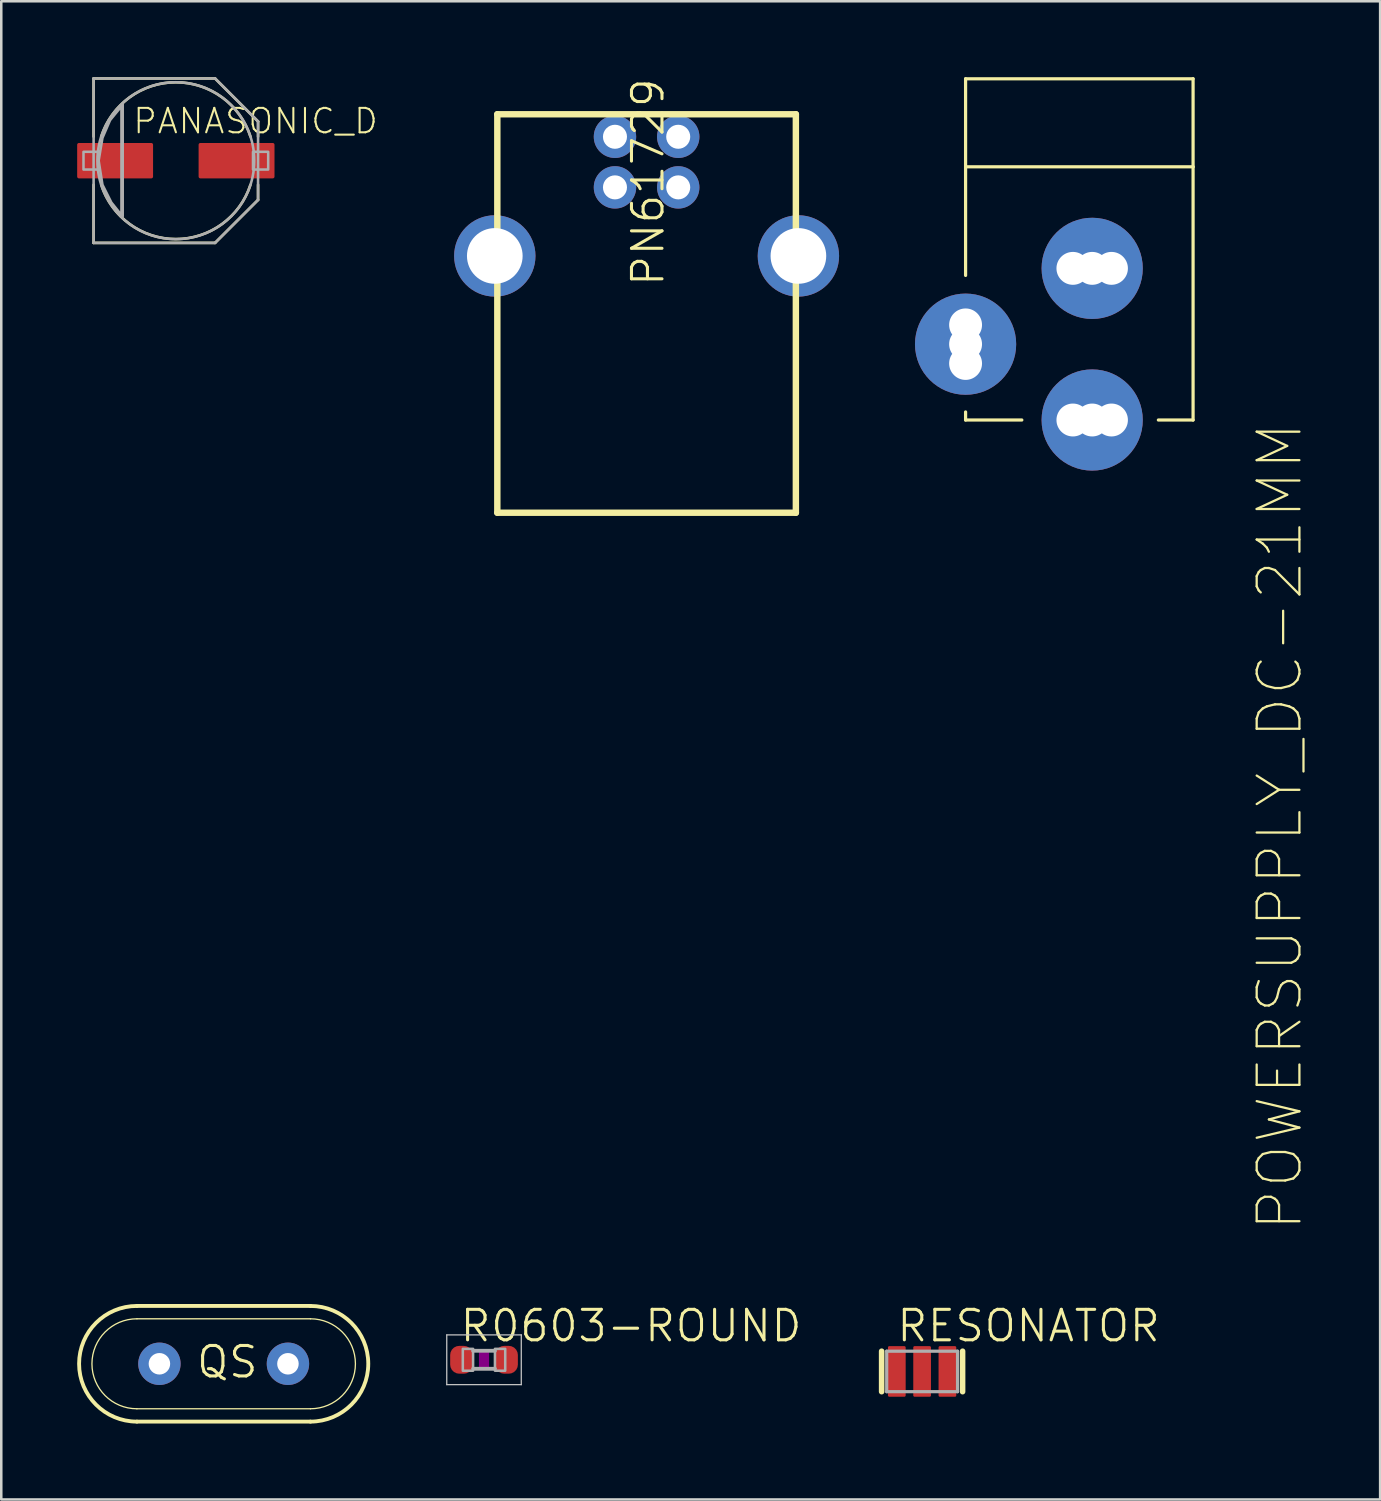
<source format=kicad_pcb>
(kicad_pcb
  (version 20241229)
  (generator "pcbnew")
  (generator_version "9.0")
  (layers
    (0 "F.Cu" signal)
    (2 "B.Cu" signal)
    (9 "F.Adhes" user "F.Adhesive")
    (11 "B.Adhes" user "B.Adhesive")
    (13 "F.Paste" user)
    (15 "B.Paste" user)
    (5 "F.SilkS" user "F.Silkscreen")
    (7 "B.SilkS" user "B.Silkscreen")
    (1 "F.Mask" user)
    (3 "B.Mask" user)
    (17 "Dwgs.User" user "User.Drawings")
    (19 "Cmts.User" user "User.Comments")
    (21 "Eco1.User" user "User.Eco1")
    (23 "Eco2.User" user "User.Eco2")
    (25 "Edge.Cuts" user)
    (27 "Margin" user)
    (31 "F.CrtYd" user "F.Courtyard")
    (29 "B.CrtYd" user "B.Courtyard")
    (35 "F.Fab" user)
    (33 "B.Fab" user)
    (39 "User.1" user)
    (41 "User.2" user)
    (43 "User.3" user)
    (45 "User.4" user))
  (footprint "POWERSUPPLY_DC-21MM"
    (layer "F.Cu")
    (at 40.195 7.201)
    (property "Reference" "POWERSUPPLY_DC-21MM" (at 6.35 6.35 90) (layer "F.SilkS") (effects (font (size 1.689 1.689) (thickness 0.089)) (justify right top)))
    (attr through_hole)
    (fp_line (start -5.08 -7.137) (end -5.08 0.635) (stroke (width 0.127) (type solid)) (layer "F.SilkS"))
    (fp_line (start -5.08 6.35) (end -5.08 6.032) (stroke (width 0.127) (type solid)) (layer "F.SilkS"))
    (fp_line (start -5.055 -3.658) (end 3.912 -3.658) (stroke (width 0.127) (type solid)) (layer "F.SilkS"))
    (fp_line (start -2.857 6.35) (end -5.08 6.35) (stroke (width 0.127) (type solid)) (layer "F.SilkS"))
    (fp_line (start 2.54 6.35) (end 3.912 6.35) (stroke (width 0.127) (type solid)) (layer "F.SilkS"))
    (fp_line (start 3.912 -7.137) (end -5.08 -7.137) (stroke (width 0.127) (type solid)) (layer "F.SilkS"))
    (fp_line (start 3.912 -3.658) (end 3.912 -7.137) (stroke (width 0.127) (type solid)) (layer "F.SilkS"))
    (fp_line (start 3.912 6.35) (end 3.912 -3.658) (stroke (width 0.127) (type solid)) (layer "F.SilkS"))
    (pad "1" thru_hole circle (at -5.08 3.353 90) (size 4 4) (drill 1.3) (layers "*.Cu" "*.Mask"))
    (pad "2" thru_hole circle (at -0.076 6.35) (size 4 4) (drill 1.3) (layers "*.Cu" "*.Mask"))
    (pad "3" thru_hole circle (at -0.076 0.356) (size 4 4) (drill 1.3) (layers "*.Cu" "*.Mask"))
    (pad "4" thru_hole circle (at -5.08 4.115) (size 1.95 1.95) (drill 1.3) (layers "*.Cu" "*.Mask"))
    (pad "5" thru_hole circle (at -5.08 2.591) (size 1.95 1.95) (drill 1.3) (layers "*.Cu" "*.Mask"))
    (pad "6" thru_hole circle (at -0.838 0.356) (size 1.95 1.95) (drill 1.3) (layers "*.Cu" "*.Mask"))
    (pad "7" thru_hole circle (at 0.686 0.356) (size 1.95 1.95) (drill 1.3) (layers "*.Cu" "*.Mask"))
    (pad "8" thru_hole circle (at -0.838 6.35) (size 1.95 1.95) (drill 1.3) (layers "*.Cu" "*.Mask"))
    (pad "9" thru_hole circle (at 0.686 6.35) (size 1.95 1.95) (drill 1.3) (layers "*.Cu" "*.Mask")))
  (footprint "QS"
    (layer "F.Cu")
    (at 5.791 50.854)
    (property "Reference" "QS" (at -1.143 0.635 180) (layer "F.SilkS") (effects (font (size 1.206 1.206) (thickness 0.121)) (justify left bottom)))
    (attr through_hole)
    (fp_line (start -3.429 1.778) (end 3.429 1.778) (stroke (width 0.051) (type solid)) (layer "F.SilkS"))
    (fp_line (start -3.429 2.286) (end 3.429 2.286) (stroke (width 0.152) (type solid)) (layer "F.SilkS"))
    (fp_line (start 3.429 -2.286) (end -3.429 -2.286) (stroke (width 0.152) (type solid)) (layer "F.SilkS"))
    (fp_line (start 3.429 -1.778) (end -3.429 -1.778) (stroke (width 0.051) (type solid)) (layer "F.SilkS"))
    (fp_arc (start -3.429 1.778) (mid -5.207 0) (end -3.429 -1.778) (stroke (width 0.0508) (type solid)) (layer "F.SilkS"))
    (fp_arc (start -3.429 2.286) (mid -5.715 0) (end -3.429 -2.286) (stroke (width 0.1524) (type solid)) (layer "F.SilkS"))
    (fp_arc (start 3.429 -2.286) (mid 5.715 0) (end 3.429 2.286) (stroke (width 0.1524) (type solid)) (layer "F.SilkS"))
    (fp_arc (start 3.429 -1.778) (mid 5.207 0) (end 3.429 1.778) (stroke (width 0.0508) (type solid)) (layer "F.SilkS"))
    (pad "1" thru_hole circle (at -2.54 0 90) (size 1.676 1.676) (drill 0.85) (layers "*.Cu" "*.Mask"))
    (pad "2" thru_hole circle (at 2.54 0 90) (size 1.676 1.676) (drill 0.85) (layers "*.Cu" "*.Mask")))
  (footprint "PN61729"
    (layer "F.Cu")
    (at 22.507 7.066)
    (property "Reference" "PN61729" (at 0.762 1.27 90) (layer "F.SilkS") (effects (font (size 1.206 1.206) (thickness 0.121)) (justify left bottom)))
    (attr through_hole)
    (fp_line (start -5.9 -5.6) (end -5.9 10.15) (stroke (width 0.254) (type solid)) (layer "F.SilkS"))
    (fp_line (start -5.9 10.15) (end 5.9 10.15) (stroke (width 0.254) (type solid)) (layer "F.SilkS"))
    (fp_line (start 5.9 -5.6) (end -5.9 -5.6) (stroke (width 0.254) (type solid)) (layer "F.SilkS"))
    (fp_line (start 5.9 10.15) (end 5.9 -5.6) (stroke (width 0.254) (type solid)) (layer "F.SilkS"))
    (pad "1" thru_hole circle (at 1.25 -4.71) (size 1.676 1.676) (drill 0.95) (layers "*.Cu" "*.Mask"))
    (pad "2" thru_hole circle (at -1.25 -4.71) (size 1.676 1.676) (drill 0.95) (layers "*.Cu" "*.Mask"))
    (pad "3" thru_hole circle (at -1.25 -2.71) (size 1.676 1.676) (drill 0.95) (layers "*.Cu" "*.Mask"))
    (pad "4" thru_hole circle (at 1.25 -2.71) (size 1.676 1.676) (drill 0.95) (layers "*.Cu" "*.Mask"))
    (pad "P$1" thru_hole circle (at -6 0) (size 3.216 3.216) (drill 2.2) (layers "*.Cu" "*.Mask"))
    (pad "P$2" thru_hole circle (at 6 0) (size 3.216 3.216) (drill 2.2) (layers "*.Cu" "*.Mask")))
  (footprint "PANASONIC_D"
    (layer "F.Cu")
    (at 3.9 3.301)
    (property "Reference" "PANASONIC_D" (at -1.75 -1 0) (layer "F.SilkS") (effects (font (size 0.965 0.965) (thickness 0.081)) (justify left bottom)))
    (attr through_hole)
    (fp_line (start -3.25 -3.25) (end 1.55 -3.25) (stroke (width 0.102) (type solid)) (layer "F.SilkS"))
    (fp_line (start -3.25 -0.95) (end -3.25 -3.25) (stroke (width 0.102) (type solid)) (layer "F.SilkS"))
    (fp_line (start -3.25 3.25) (end -3.25 0.95) (stroke (width 0.102) (type solid)) (layer "F.SilkS"))
    (fp_line (start 1.55 -3.25) (end 3.25 -1.55) (stroke (width 0.102) (type solid)) (layer "F.SilkS"))
    (fp_line (start 1.55 3.25) (end -3.25 3.25) (stroke (width 0.102) (type solid)) (layer "F.SilkS"))
    (fp_line (start 3.25 -1.55) (end 3.25 -0.95) (stroke (width 0.102) (type solid)) (layer "F.SilkS"))
    (fp_line (start 3.25 0.95) (end 3.25 1.55) (stroke (width 0.102) (type solid)) (layer "F.SilkS"))
    (fp_line (start 3.25 1.55) (end 1.55 3.25) (stroke (width 0.102) (type solid)) (layer "F.SilkS"))
    (fp_arc (start -2.95 -0.95) (mid 0 -3.099193) (end 2.95 -0.95) (stroke (width 0.1016) (type solid)) (layer "F.SilkS"))
    (fp_arc (start 2.95 0.95) (mid 0 3.099193) (end -2.95 0.95) (stroke (width 0.1016) (type solid)) (layer "F.SilkS"))
    (fp_line (start -3.25 -3.25) (end 1.55 -3.25) (stroke (width 0.102) (type solid)) (layer "F.Fab"))
    (fp_line (start -3.25 3.25) (end -3.25 -3.25) (stroke (width 0.102) (type solid)) (layer "F.Fab"))
    (fp_line (start -2.1 -2.25) (end -2.1 2.2) (stroke (width 0.102) (type solid)) (layer "F.Fab"))
    (fp_line (start 1.55 -3.25) (end 3.25 -1.55) (stroke (width 0.102) (type solid)) (layer "F.Fab"))
    (fp_line (start 1.55 3.25) (end -3.25 3.25) (stroke (width 0.102) (type solid)) (layer "F.Fab"))
    (fp_line (start 3.25 -1.55) (end 3.25 1.55) (stroke (width 0.102) (type solid)) (layer "F.Fab"))
    (fp_line (start 3.25 1.55) (end 1.55 3.25) (stroke (width 0.102) (type solid)) (layer "F.Fab"))
    (fp_circle (center 0 0) (end 3.1 0) (stroke (width 0.102) (type solid)) (fill no) (layer "F.Fab"))
    (fp_poly (pts (xy -3.65 0.35) (xy -3.05 0.35) (xy -3.05 -0.35) (xy -3.65 -0.35)) (stroke (width 0.1) (type solid)) (fill no) (layer "F.Fab"))
    (fp_poly (pts (xy 3.05 0.35) (xy 3.65 0.35) (xy 3.65 -0.35) (xy 3.05 -0.35)) (stroke (width 0.1) (type solid)) (fill no) (layer "F.Fab"))
    (fp_poly (pts (xy -2.15 -2.15) (xy -2.6 -1.6) (xy -2.9 -0.9) (xy -3.05 0) (xy -2.9 0.95) (xy -2.55 1.65) (xy -2.15 2.15) (xy -2.15 -2.1)) (stroke (width 0.1) (type solid)) (fill no) (layer "F.Fab"))
    (pad "+" smd roundrect (at 2.4 0) (size 3 1.4) (layers "F.Cu" "F.Mask" "F.Paste") (roundrect_rratio 0.05))
    (pad "-" smd roundrect (at -2.4 0) (size 3 1.4) (layers "F.Cu" "F.Mask" "F.Paste") (roundrect_rratio 0.05)))
  (footprint "RESONATOR"
    (layer "F.Cu")
    (at 33.397 51.157)
    (property "Reference" "RESONATOR" (at -1.069 -1.096 0) (layer "F.SilkS") (effects (font (size 1.206 1.206) (thickness 0.121)) (justify left bottom)))
    (attr through_hole)
    (fp_line (start -1.6 -0.8) (end -1.6 0.8) (stroke (width 0.22) (type solid)) (layer "F.SilkS"))
    (fp_line (start 1.6 -0.8) (end 1.6 0.8) (stroke (width 0.22) (type solid)) (layer "F.SilkS"))
    (fp_line (start -1.4 -0.8) (end 1.4 -0.8) (stroke (width 0.127) (type solid)) (layer "F.Fab"))
    (fp_line (start -1.4 0.8) (end -1.4 -0.8) (stroke (width 0.127) (type solid)) (layer "F.Fab"))
    (fp_line (start 1.4 -0.8) (end 1.4 0.8) (stroke (width 0.127) (type solid)) (layer "F.Fab"))
    (fp_line (start 1.4 0.8) (end -1.4 0.8) (stroke (width 0.127) (type solid)) (layer "F.Fab"))
    (pad "1" smd roundrect (at -1 0 90) (size 2 0.7) (layers "F.Cu" "F.Mask" "F.Paste") (roundrect_rratio 0.073))
    (pad "2" smd roundrect (at 0 0 90) (size 2 0.7) (layers "F.Cu" "F.Mask" "F.Paste") (roundrect_rratio 0.073))
    (pad "3" smd roundrect (at 1 0 90) (size 2 0.7) (layers "F.Cu" "F.Mask" "F.Paste") (roundrect_rratio 0.073)))
  (footprint "R0603-ROUND"
    (layer "F.Cu")
    (at 16.081 50.696)
    (property "Reference" "R0603-ROUND" (at -1.016 -0.635 0) (layer "F.SilkS") (effects (font (size 1.206 1.206) (thickness 0.121)) (justify left bottom)))
    (attr through_hole)
    (fp_poly (pts (xy -0.2 0.4) (xy 0.2 0.4) (xy 0.2 -0.4) (xy -0.2 -0.4)) (stroke (width 0) (type solid)) (fill yes) (layer "F.Adhes"))
    (fp_line (start -1.473 -0.983) (end 1.473 -0.983) (stroke (width 0.051) (type solid)) (layer "Dwgs.User"))
    (fp_line (start -1.473 0.983) (end -1.473 -0.983) (stroke (width 0.051) (type solid)) (layer "Dwgs.User"))
    (fp_line (start 1.473 -0.983) (end 1.473 0.983) (stroke (width 0.051) (type solid)) (layer "Dwgs.User"))
    (fp_line (start 1.473 0.983) (end -1.473 0.983) (stroke (width 0.051) (type solid)) (layer "Dwgs.User"))
    (fp_line (start -0.432 0.356) (end 0.432 0.356) (stroke (width 0.152) (type solid)) (layer "F.Fab"))
    (fp_line (start 0.432 -0.356) (end -0.432 -0.356) (stroke (width 0.152) (type solid)) (layer "F.Fab"))
    (fp_poly (pts (xy -0.838 0.432) (xy -0.432 0.432) (xy -0.432 -0.432) (xy -0.838 -0.432)) (stroke (width 0.1) (type solid)) (fill no) (layer "F.Fab"))
    (fp_poly (pts (xy 0.432 0.432) (xy 0.838 0.432) (xy 0.838 -0.432) (xy 0.432 -0.432)) (stroke (width 0.1) (type solid)) (fill no) (layer "F.Fab"))
    (pad "1" smd roundrect (at -0.889 0) (size 0.898 1.1) (layers "F.Cu" "F.Mask" "F.Paste") (roundrect_rratio 0.4))
    (pad "2" smd roundrect (at 0.889 0) (size 0.898 1.1) (layers "F.Cu" "F.Mask" "F.Paste") (roundrect_rratio 0.4)))
  (gr_rect
    (start -3 -3)
    (end 51.501 56.217)
    (stroke (width 0.1) (type default))
    (fill no)
    (layer "Edge.Cuts")))
</source>
